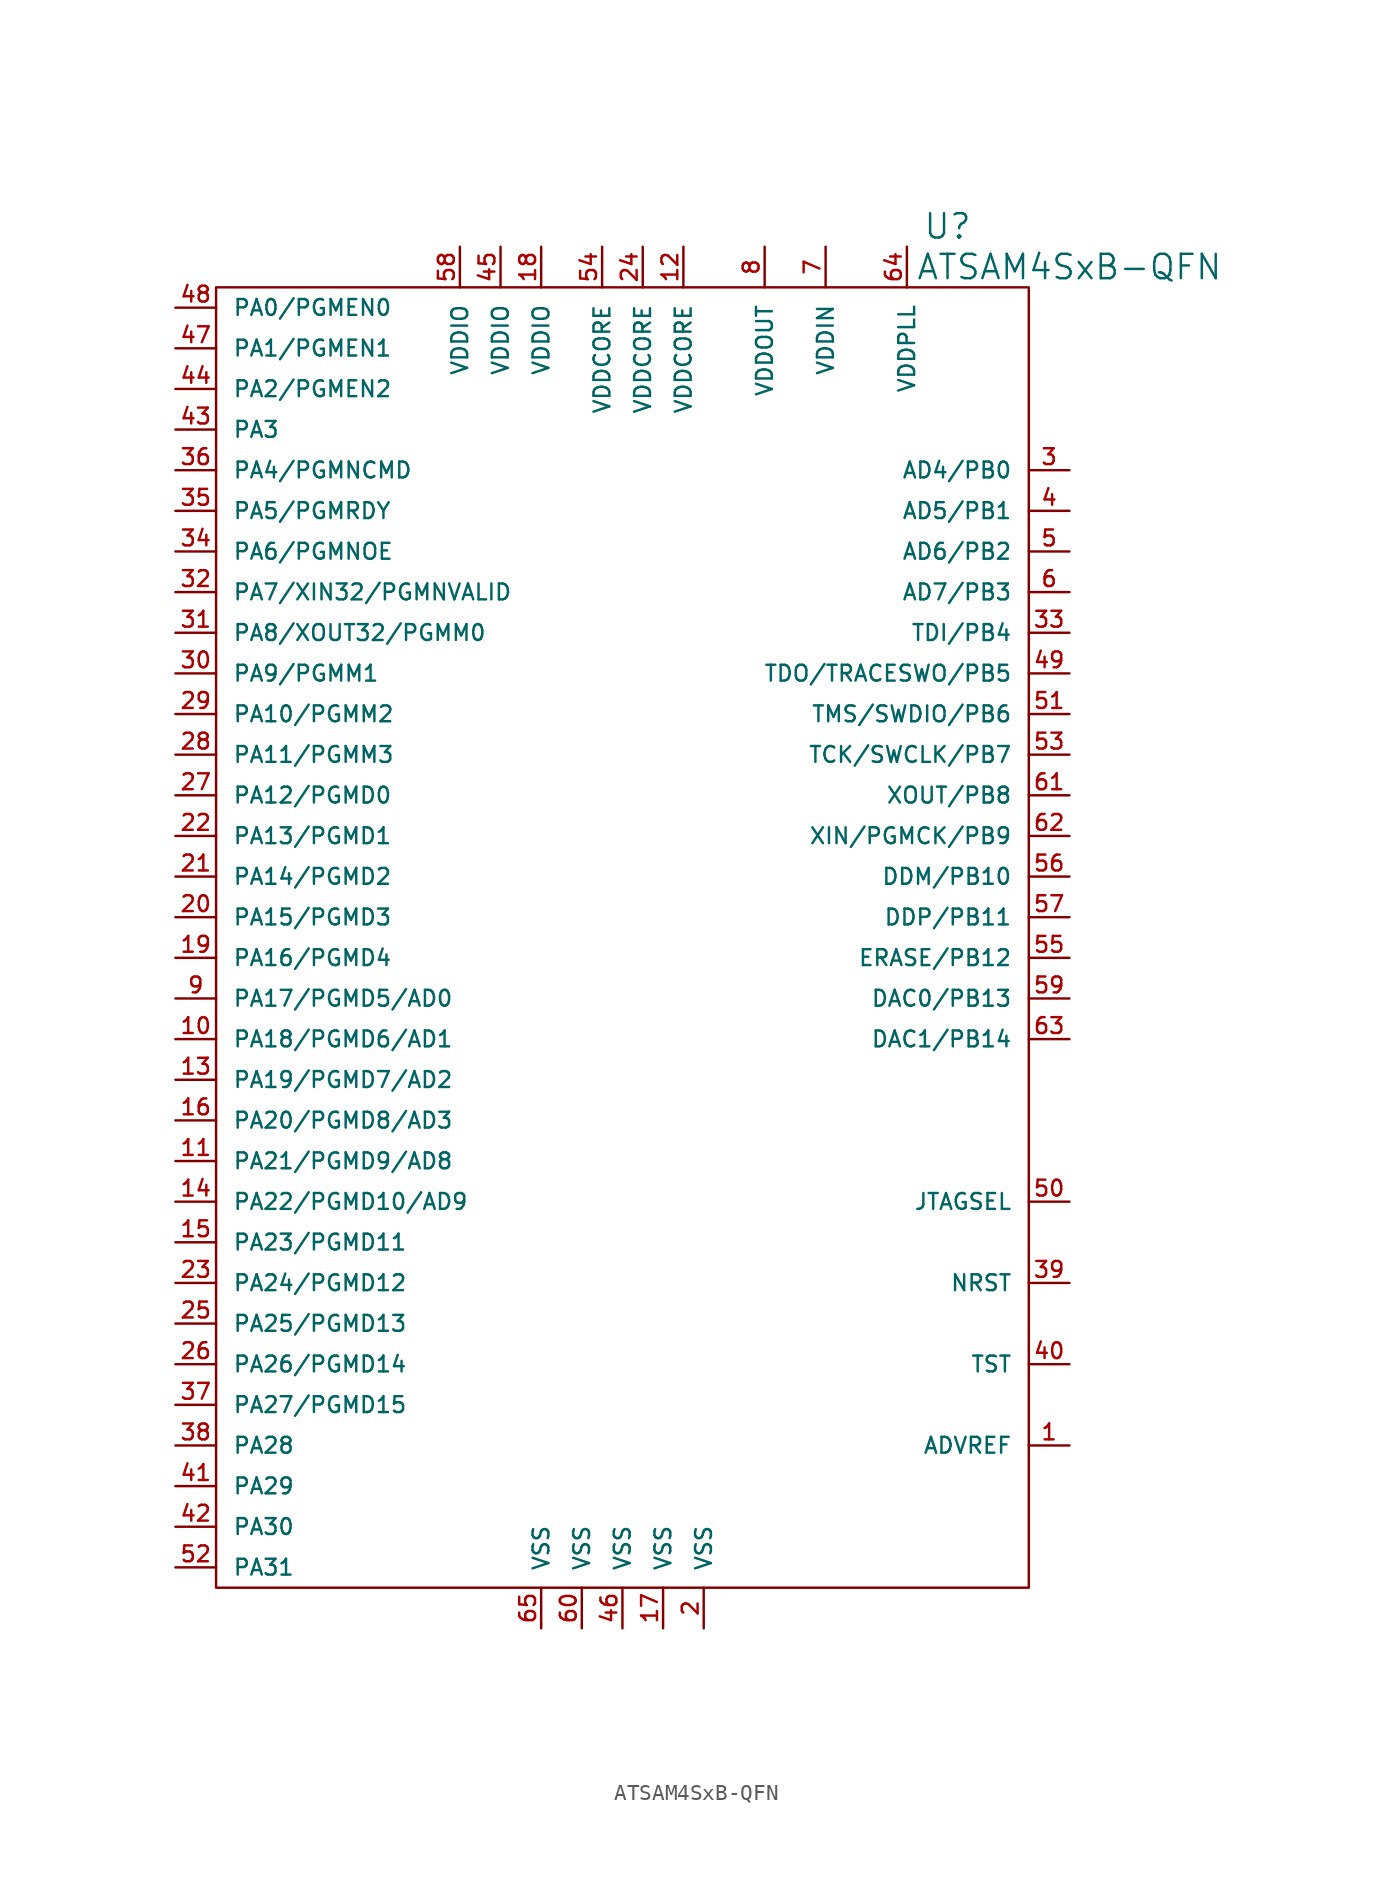
<source format=kicad_sym>
(kicad_symbol_lib
  (version 20220914)
  (generator kicad_symbol_editor)
  (symbol "ATSAM4SxB-QFN"
    (pin_names
      (offset 1.016))
    (property "Reference" "U"
      (at 20.32 44.45 0)
      (effects (font (size 1.524 1.524))))
    (property "Value" "ATSAM4SxB-QFN"
      (at 27.94 41.91 0)
      (effects (font (size 1.524 1.524))))
    (property "Footprint" ""
      (at 0 0 0)
      (effects (font (size 1.524 1.524))))
    (property "Datasheet" ""
      (at 0 0 0)
      (effects (font (size 1.524 1.524))))
    (symbol "ATSAM4SxB-QFN_0_1"
      (rectangle (start -25.4 40.64) (end 25.4 -40.64) (stroke (width 0) (type solid)) (fill (type none))))
    (symbol "ATSAM4SxB-QFN_1_1"
      (pin passive line (at 27.94 -31.75 180) (length 2.54) (name "ADVREF" (effects (font (size 0.991 0.991)))) (number "1" (effects (font (size 0.991 0.991)))))
      (pin passive line (at -27.94 -6.35 0) (length 2.54) (name "PA18/PGMD6/AD1" (effects (font (size 0.991 0.991)))) (number "10" (effects (font (size 0.991 0.991)))))
      (pin passive line (at -27.94 -13.97 0) (length 2.54) (name "PA21/PGMD9/AD8" (effects (font (size 0.991 0.991)))) (number "11" (effects (font (size 0.991 0.991)))))
      (pin passive line (at 3.81 43.18 270) (length 2.54) (name "VDDCORE" (effects (font (size 0.991 0.991)))) (number "12" (effects (font (size 0.991 0.991)))))
      (pin passive line (at -27.94 -8.89 0) (length 2.54) (name "PA19/PGMD7/AD2" (effects (font (size 0.991 0.991)))) (number "13" (effects (font (size 0.991 0.991)))))
      (pin passive line (at -27.94 -16.51 0) (length 2.54) (name "PA22/PGMD10/AD9" (effects (font (size 0.991 0.991)))) (number "14" (effects (font (size 0.991 0.991)))))
      (pin passive line (at -27.94 -19.05 0) (length 2.54) (name "PA23/PGMD11" (effects (font (size 0.991 0.991)))) (number "15" (effects (font (size 0.991 0.991)))))
      (pin passive line (at -27.94 -11.43 0) (length 2.54) (name "PA20/PGMD8/AD3" (effects (font (size 0.991 0.991)))) (number "16" (effects (font (size 0.991 0.991)))))
      (pin passive line (at 2.54 -43.18 90) (length 2.54) (name "VSS" (effects (font (size 0.991 0.991)))) (number "17" (effects (font (size 0.991 0.991)))))
      (pin passive line (at -5.08 43.18 270) (length 2.54) (name "VDDIO" (effects (font (size 0.991 0.991)))) (number "18" (effects (font (size 0.991 0.991)))))
      (pin passive line (at -27.94 -1.27 0) (length 2.54) (name "PA16/PGMD4" (effects (font (size 0.991 0.991)))) (number "19" (effects (font (size 0.991 0.991)))))
      (pin passive line (at 5.08 -43.18 90) (length 2.54) (name "VSS" (effects (font (size 0.991 0.991)))) (number "2" (effects (font (size 0.991 0.991)))))
      (pin passive line (at -27.94 1.27 0) (length 2.54) (name "PA15/PGMD3" (effects (font (size 0.991 0.991)))) (number "20" (effects (font (size 0.991 0.991)))))
      (pin passive line (at -27.94 3.81 0) (length 2.54) (name "PA14/PGMD2" (effects (font (size 0.991 0.991)))) (number "21" (effects (font (size 0.991 0.991)))))
      (pin passive line (at -27.94 6.35 0) (length 2.54) (name "PA13/PGMD1" (effects (font (size 0.991 0.991)))) (number "22" (effects (font (size 0.991 0.991)))))
      (pin passive line (at -27.94 -21.59 0) (length 2.54) (name "PA24/PGMD12" (effects (font (size 0.991 0.991)))) (number "23" (effects (font (size 0.991 0.991)))))
      (pin passive line (at 1.27 43.18 270) (length 2.54) (name "VDDCORE" (effects (font (size 0.991 0.991)))) (number "24" (effects (font (size 0.991 0.991)))))
      (pin passive line (at -27.94 -24.13 0) (length 2.54) (name "PA25/PGMD13" (effects (font (size 0.991 0.991)))) (number "25" (effects (font (size 0.991 0.991)))))
      (pin passive line (at -27.94 -26.67 0) (length 2.54) (name "PA26/PGMD14" (effects (font (size 0.991 0.991)))) (number "26" (effects (font (size 0.991 0.991)))))
      (pin passive line (at -27.94 8.89 0) (length 2.54) (name "PA12/PGMD0" (effects (font (size 0.991 0.991)))) (number "27" (effects (font (size 0.991 0.991)))))
      (pin passive line (at -27.94 11.43 0) (length 2.54) (name "PA11/PGMM3" (effects (font (size 0.991 0.991)))) (number "28" (effects (font (size 0.991 0.991)))))
      (pin passive line (at -27.94 13.97 0) (length 2.54) (name "PA10/PGMM2" (effects (font (size 0.991 0.991)))) (number "29" (effects (font (size 0.991 0.991)))))
      (pin passive line (at 27.94 29.21 180) (length 2.54) (name "AD4/PB0" (effects (font (size 0.991 0.991)))) (number "3" (effects (font (size 0.991 0.991)))))
      (pin passive line (at -27.94 16.51 0) (length 2.54) (name "PA9/PGMM1" (effects (font (size 0.991 0.991)))) (number "30" (effects (font (size 0.991 0.991)))))
      (pin passive line (at -27.94 19.05 0) (length 2.54) (name "PA8/XOUT32/PGMM0" (effects (font (size 0.991 0.991)))) (number "31" (effects (font (size 0.991 0.991)))))
      (pin passive line (at -27.94 21.59 0) (length 2.54) (name "PA7/XIN32/PGMNVALID" (effects (font (size 0.991 0.991)))) (number "32" (effects (font (size 0.991 0.991)))))
      (pin passive line (at 27.94 19.05 180) (length 2.54) (name "TDI/PB4" (effects (font (size 0.991 0.991)))) (number "33" (effects (font (size 0.991 0.991)))))
      (pin passive line (at -27.94 24.13 0) (length 2.54) (name "PA6/PGMNOE" (effects (font (size 0.991 0.991)))) (number "34" (effects (font (size 0.991 0.991)))))
      (pin passive line (at -27.94 26.67 0) (length 2.54) (name "PA5/PGMRDY" (effects (font (size 0.991 0.991)))) (number "35" (effects (font (size 0.991 0.991)))))
      (pin passive line (at -27.94 29.21 0) (length 2.54) (name "PA4/PGMNCMD" (effects (font (size 0.991 0.991)))) (number "36" (effects (font (size 0.991 0.991)))))
      (pin passive line (at -27.94 -29.21 0) (length 2.54) (name "PA27/PGMD15" (effects (font (size 0.991 0.991)))) (number "37" (effects (font (size 0.991 0.991)))))
      (pin passive line (at -27.94 -31.75 0) (length 2.54) (name "PA28" (effects (font (size 0.991 0.991)))) (number "38" (effects (font (size 0.991 0.991)))))
      (pin passive line (at 27.94 -21.59 180) (length 2.54) (name "NRST" (effects (font (size 0.991 0.991)))) (number "39" (effects (font (size 0.991 0.991)))))
      (pin passive line (at 27.94 26.67 180) (length 2.54) (name "AD5/PB1" (effects (font (size 0.991 0.991)))) (number "4" (effects (font (size 0.991 0.991)))))
      (pin passive line (at 27.94 -26.67 180) (length 2.54) (name "TST" (effects (font (size 0.991 0.991)))) (number "40" (effects (font (size 0.991 0.991)))))
      (pin passive line (at -27.94 -34.29 0) (length 2.54) (name "PA29" (effects (font (size 0.991 0.991)))) (number "41" (effects (font (size 0.991 0.991)))))
      (pin passive line (at -27.94 -36.83 0) (length 2.54) (name "PA30" (effects (font (size 0.991 0.991)))) (number "42" (effects (font (size 0.991 0.991)))))
      (pin passive line (at -27.94 31.75 0) (length 2.54) (name "PA3" (effects (font (size 0.991 0.991)))) (number "43" (effects (font (size 0.991 0.991)))))
      (pin passive line (at -27.94 34.29 0) (length 2.54) (name "PA2/PGMEN2" (effects (font (size 0.991 0.991)))) (number "44" (effects (font (size 0.991 0.991)))))
      (pin passive line (at -7.62 43.18 270) (length 2.54) (name "VDDIO" (effects (font (size 0.991 0.991)))) (number "45" (effects (font (size 0.991 0.991)))))
      (pin passive line (at 0 -43.18 90) (length 2.54) (name "VSS" (effects (font (size 0.991 0.991)))) (number "46" (effects (font (size 0.991 0.991)))))
      (pin passive line (at -27.94 36.83 0) (length 2.54) (name "PA1/PGMEN1" (effects (font (size 0.991 0.991)))) (number "47" (effects (font (size 0.991 0.991)))))
      (pin passive line (at -27.94 39.37 0) (length 2.54) (name "PA0/PGMEN0" (effects (font (size 0.991 0.991)))) (number "48" (effects (font (size 0.991 0.991)))))
      (pin passive line (at 27.94 16.51 180) (length 2.54) (name "TDO/TRACESWO/PB5" (effects (font (size 0.991 0.991)))) (number "49" (effects (font (size 0.991 0.991)))))
      (pin passive line (at 27.94 24.13 180) (length 2.54) (name "AD6/PB2" (effects (font (size 0.991 0.991)))) (number "5" (effects (font (size 0.991 0.991)))))
      (pin passive line (at 27.94 -16.51 180) (length 2.54) (name "JTAGSEL" (effects (font (size 0.991 0.991)))) (number "50" (effects (font (size 0.991 0.991)))))
      (pin passive line (at 27.94 13.97 180) (length 2.54) (name "TMS/SWDIO/PB6" (effects (font (size 0.991 0.991)))) (number "51" (effects (font (size 0.991 0.991)))))
      (pin passive line (at -27.94 -39.37 0) (length 2.54) (name "PA31" (effects (font (size 0.991 0.991)))) (number "52" (effects (font (size 0.991 0.991)))))
      (pin passive line (at 27.94 11.43 180) (length 2.54) (name "TCK/SWCLK/PB7" (effects (font (size 0.991 0.991)))) (number "53" (effects (font (size 0.991 0.991)))))
      (pin passive line (at -1.27 43.18 270) (length 2.54) (name "VDDCORE" (effects (font (size 0.991 0.991)))) (number "54" (effects (font (size 0.991 0.991)))))
      (pin passive line (at 27.94 -1.27 180) (length 2.54) (name "ERASE/PB12" (effects (font (size 0.991 0.991)))) (number "55" (effects (font (size 0.991 0.991)))))
      (pin passive line (at 27.94 3.81 180) (length 2.54) (name "DDM/PB10" (effects (font (size 0.991 0.991)))) (number "56" (effects (font (size 0.991 0.991)))))
      (pin passive line (at 27.94 1.27 180) (length 2.54) (name "DDP/PB11" (effects (font (size 0.991 0.991)))) (number "57" (effects (font (size 0.991 0.991)))))
      (pin passive line (at -10.16 43.18 270) (length 2.54) (name "VDDIO" (effects (font (size 0.991 0.991)))) (number "58" (effects (font (size 0.991 0.991)))))
      (pin passive line (at 27.94 -3.81 180) (length 2.54) (name "DAC0/PB13" (effects (font (size 0.991 0.991)))) (number "59" (effects (font (size 0.991 0.991)))))
      (pin passive line (at 27.94 21.59 180) (length 2.54) (name "AD7/PB3" (effects (font (size 0.991 0.991)))) (number "6" (effects (font (size 0.991 0.991)))))
      (pin passive line (at -2.54 -43.18 90) (length 2.54) (name "VSS" (effects (font (size 0.991 0.991)))) (number "60" (effects (font (size 0.991 0.991)))))
      (pin passive line (at 27.94 8.89 180) (length 2.54) (name "XOUT/PB8" (effects (font (size 0.991 0.991)))) (number "61" (effects (font (size 0.991 0.991)))))
      (pin passive line (at 27.94 6.35 180) (length 2.54) (name "XIN/PGMCK/PB9" (effects (font (size 0.991 0.991)))) (number "62" (effects (font (size 0.991 0.991)))))
      (pin passive line (at 27.94 -6.35 180) (length 2.54) (name "DAC1/PB14" (effects (font (size 0.991 0.991)))) (number "63" (effects (font (size 0.991 0.991)))))
      (pin passive line (at 17.78 43.18 270) (length 2.54) (name "VDDPLL" (effects (font (size 0.991 0.991)))) (number "64" (effects (font (size 0.991 0.991)))))
      (pin passive line (at -5.08 -43.18 90) (length 2.54) (name "VSS" (effects (font (size 0.991 0.991)))) (number "65" (effects (font (size 0.991 0.991)))))
      (pin passive line (at 12.7 43.18 270) (length 2.54) (name "VDDIN" (effects (font (size 0.991 0.991)))) (number "7" (effects (font (size 0.991 0.991)))))
      (pin passive line (at 8.89 43.18 270) (length 2.54) (name "VDDOUT" (effects (font (size 0.991 0.991)))) (number "8" (effects (font (size 0.991 0.991)))))
      (pin passive line (at -27.94 -3.81 0) (length 2.54) (name "PA17/PGMD5/AD0" (effects (font (size 0.991 0.991)))) (number "9" (effects (font (size 0.991 0.991))))))))
</source>
